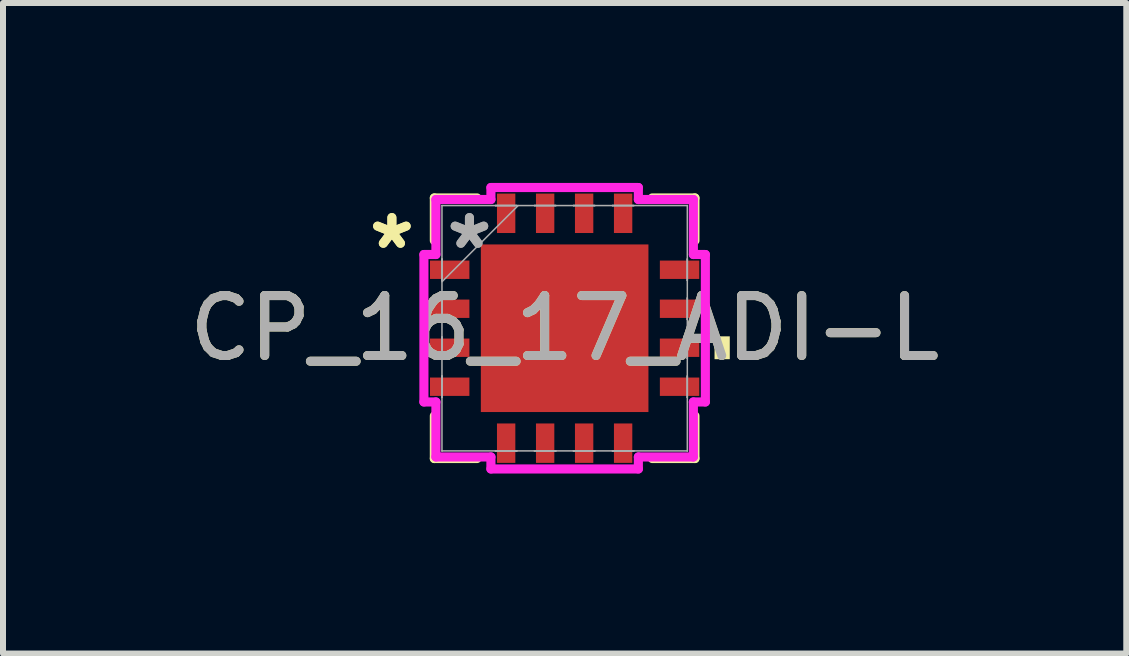
<source format=kicad_pcb>
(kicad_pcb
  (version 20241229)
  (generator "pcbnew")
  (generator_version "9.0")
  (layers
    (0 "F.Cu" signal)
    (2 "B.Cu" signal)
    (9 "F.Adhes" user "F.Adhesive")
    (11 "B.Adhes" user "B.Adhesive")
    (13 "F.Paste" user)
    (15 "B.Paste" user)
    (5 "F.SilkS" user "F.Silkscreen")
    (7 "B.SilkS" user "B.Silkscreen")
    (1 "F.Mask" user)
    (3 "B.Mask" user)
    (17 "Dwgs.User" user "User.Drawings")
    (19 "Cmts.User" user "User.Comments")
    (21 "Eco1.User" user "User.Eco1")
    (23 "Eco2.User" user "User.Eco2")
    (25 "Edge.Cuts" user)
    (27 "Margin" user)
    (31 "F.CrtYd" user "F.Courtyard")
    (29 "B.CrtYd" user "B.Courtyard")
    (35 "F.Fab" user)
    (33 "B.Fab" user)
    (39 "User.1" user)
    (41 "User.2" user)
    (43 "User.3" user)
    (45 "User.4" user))
  (footprint "CP_16_17_ADI-L"
    (layer "F.Cu")
    (at 6.363 2.422)
    (property "Reference" "CP_16_17_ADI-L" (at 0 0 0) (unlocked yes) (layer "F.SilkS") (effects (font (size 1 1) (thickness 0.15))))
    (attr smd)
    (fp_line (start -2.172 -2.172) (end -2.172 -1.461) (stroke (width 0.152) (type solid)) (layer "F.SilkS"))
    (fp_line (start -2.172 1.461) (end -2.172 2.172) (stroke (width 0.152) (type solid)) (layer "F.SilkS"))
    (fp_line (start -2.172 2.172) (end -1.461 2.172) (stroke (width 0.152) (type solid)) (layer "F.SilkS"))
    (fp_line (start -1.461 -2.172) (end -2.172 -2.172) (stroke (width 0.152) (type solid)) (layer "F.SilkS"))
    (fp_line (start 1.461 2.172) (end 2.172 2.172) (stroke (width 0.152) (type solid)) (layer "F.SilkS"))
    (fp_line (start 2.172 -2.172) (end 1.461 -2.172) (stroke (width 0.152) (type solid)) (layer "F.SilkS"))
    (fp_line (start 2.172 -1.461) (end 2.172 -2.172) (stroke (width 0.152) (type solid)) (layer "F.SilkS"))
    (fp_line (start 2.172 2.172) (end 2.172 1.461) (stroke (width 0.152) (type solid)) (layer "F.SilkS"))
    (fp_poly (pts (xy 2.753 0.135) (xy 2.753 0.516) (xy 2.499 0.516) (xy 2.499 0.135)) (stroke (width 0) (type solid)) (fill yes) (layer "F.SilkS"))
    (fp_poly (pts (xy -1.297 -1.297) (xy -1.297 -0.1) (xy -0.1 -0.1) (xy -0.1 -1.297)) (stroke (width 0) (type solid)) (fill yes) (layer "F.Paste"))
    (fp_poly (pts (xy -1.297 0.1) (xy -1.297 1.297) (xy -0.1 1.297) (xy -0.1 0.1)) (stroke (width 0) (type solid)) (fill yes) (layer "F.Paste"))
    (fp_poly (pts (xy 0.1 -1.297) (xy 0.1 -0.1) (xy 1.297 -0.1) (xy 1.297 -1.297)) (stroke (width 0) (type solid)) (fill yes) (layer "F.Paste"))
    (fp_poly (pts (xy 0.1 0.1) (xy 0.1 1.297) (xy 1.297 1.297) (xy 1.297 0.1)) (stroke (width 0) (type solid)) (fill yes) (layer "F.Paste"))
    (fp_line (start -2.346 -1.229) (end -2.146 -1.229) (stroke (width 0.152) (type solid)) (layer "F.CrtYd"))
    (fp_line (start -2.346 1.229) (end -2.346 -1.229) (stroke (width 0.152) (type solid)) (layer "F.CrtYd"))
    (fp_line (start -2.146 -2.146) (end -1.229 -2.146) (stroke (width 0.152) (type solid)) (layer "F.CrtYd"))
    (fp_line (start -2.146 -1.229) (end -2.146 -2.146) (stroke (width 0.152) (type solid)) (layer "F.CrtYd"))
    (fp_line (start -2.146 1.229) (end -2.346 1.229) (stroke (width 0.152) (type solid)) (layer "F.CrtYd"))
    (fp_line (start -2.146 2.146) (end -2.146 1.229) (stroke (width 0.152) (type solid)) (layer "F.CrtYd"))
    (fp_line (start -1.229 -2.346) (end 1.229 -2.346) (stroke (width 0.152) (type solid)) (layer "F.CrtYd"))
    (fp_line (start -1.229 -2.146) (end -1.229 -2.346) (stroke (width 0.152) (type solid)) (layer "F.CrtYd"))
    (fp_line (start -1.229 2.146) (end -2.146 2.146) (stroke (width 0.152) (type solid)) (layer "F.CrtYd"))
    (fp_line (start -1.229 2.346) (end -1.229 2.146) (stroke (width 0.152) (type solid)) (layer "F.CrtYd"))
    (fp_line (start 1.229 -2.346) (end 1.229 -2.146) (stroke (width 0.152) (type solid)) (layer "F.CrtYd"))
    (fp_line (start 1.229 -2.146) (end 2.146 -2.146) (stroke (width 0.152) (type solid)) (layer "F.CrtYd"))
    (fp_line (start 1.229 2.146) (end 1.229 2.346) (stroke (width 0.152) (type solid)) (layer "F.CrtYd"))
    (fp_line (start 1.229 2.346) (end -1.229 2.346) (stroke (width 0.152) (type solid)) (layer "F.CrtYd"))
    (fp_line (start 2.146 -2.146) (end 2.146 -1.229) (stroke (width 0.152) (type solid)) (layer "F.CrtYd"))
    (fp_line (start 2.146 -1.229) (end 2.346 -1.229) (stroke (width 0.152) (type solid)) (layer "F.CrtYd"))
    (fp_line (start 2.146 1.229) (end 2.146 2.146) (stroke (width 0.152) (type solid)) (layer "F.CrtYd"))
    (fp_line (start 2.146 2.146) (end 1.229 2.146) (stroke (width 0.152) (type solid)) (layer "F.CrtYd"))
    (fp_line (start 2.346 -1.229) (end 2.346 1.229) (stroke (width 0.152) (type solid)) (layer "F.CrtYd"))
    (fp_line (start 2.346 1.229) (end 2.146 1.229) (stroke (width 0.152) (type solid)) (layer "F.CrtYd"))
    (fp_line (start -2.045 -2.045) (end -2.045 -2.045) (stroke (width 0.025) (type solid)) (layer "F.Fab"))
    (fp_line (start -2.045 -2.045) (end -2.045 2.045) (stroke (width 0.025) (type solid)) (layer "F.Fab"))
    (fp_line (start -2.045 -1.153) (end -2.045 -1.153) (stroke (width 0.025) (type solid)) (layer "F.Fab"))
    (fp_line (start -2.045 -1.153) (end -2.045 -0.797) (stroke (width 0.025) (type solid)) (layer "F.Fab"))
    (fp_line (start -2.045 -0.797) (end -2.045 -1.153) (stroke (width 0.025) (type solid)) (layer "F.Fab"))
    (fp_line (start -2.045 -0.797) (end -2.045 -0.797) (stroke (width 0.025) (type solid)) (layer "F.Fab"))
    (fp_line (start -2.045 -0.775) (end -0.775 -2.045) (stroke (width 0.025) (type solid)) (layer "F.Fab"))
    (fp_line (start -2.045 -0.503) (end -2.045 -0.503) (stroke (width 0.025) (type solid)) (layer "F.Fab"))
    (fp_line (start -2.045 -0.503) (end -2.045 -0.147) (stroke (width 0.025) (type solid)) (layer "F.Fab"))
    (fp_line (start -2.045 -0.147) (end -2.045 -0.503) (stroke (width 0.025) (type solid)) (layer "F.Fab"))
    (fp_line (start -2.045 -0.147) (end -2.045 -0.147) (stroke (width 0.025) (type solid)) (layer "F.Fab"))
    (fp_line (start -2.045 0.147) (end -2.045 0.147) (stroke (width 0.025) (type solid)) (layer "F.Fab"))
    (fp_line (start -2.045 0.147) (end -2.045 0.503) (stroke (width 0.025) (type solid)) (layer "F.Fab"))
    (fp_line (start -2.045 0.503) (end -2.045 0.147) (stroke (width 0.025) (type solid)) (layer "F.Fab"))
    (fp_line (start -2.045 0.503) (end -2.045 0.503) (stroke (width 0.025) (type solid)) (layer "F.Fab"))
    (fp_line (start -2.045 0.797) (end -2.045 0.797) (stroke (width 0.025) (type solid)) (layer "F.Fab"))
    (fp_line (start -2.045 0.797) (end -2.045 1.153) (stroke (width 0.025) (type solid)) (layer "F.Fab"))
    (fp_line (start -2.045 1.153) (end -2.045 0.797) (stroke (width 0.025) (type solid)) (layer "F.Fab"))
    (fp_line (start -2.045 1.153) (end -2.045 1.153) (stroke (width 0.025) (type solid)) (layer "F.Fab"))
    (fp_line (start -2.045 2.045) (end -2.045 2.045) (stroke (width 0.025) (type solid)) (layer "F.Fab"))
    (fp_line (start -2.045 2.045) (end 2.045 2.045) (stroke (width 0.025) (type solid)) (layer "F.Fab"))
    (fp_line (start -1.153 -2.045) (end -1.153 -2.045) (stroke (width 0.025) (type solid)) (layer "F.Fab"))
    (fp_line (start -1.153 -2.045) (end -0.797 -2.045) (stroke (width 0.025) (type solid)) (layer "F.Fab"))
    (fp_line (start -1.153 2.045) (end -1.153 2.045) (stroke (width 0.025) (type solid)) (layer "F.Fab"))
    (fp_line (start -1.153 2.045) (end -0.797 2.045) (stroke (width 0.025) (type solid)) (layer "F.Fab"))
    (fp_line (start -0.797 -2.045) (end -1.153 -2.045) (stroke (width 0.025) (type solid)) (layer "F.Fab"))
    (fp_line (start -0.797 -2.045) (end -0.797 -2.045) (stroke (width 0.025) (type solid)) (layer "F.Fab"))
    (fp_line (start -0.797 2.045) (end -1.153 2.045) (stroke (width 0.025) (type solid)) (layer "F.Fab"))
    (fp_line (start -0.797 2.045) (end -0.797 2.045) (stroke (width 0.025) (type solid)) (layer "F.Fab"))
    (fp_line (start -0.503 -2.045) (end -0.503 -2.045) (stroke (width 0.025) (type solid)) (layer "F.Fab"))
    (fp_line (start -0.503 -2.045) (end -0.147 -2.045) (stroke (width 0.025) (type solid)) (layer "F.Fab"))
    (fp_line (start -0.503 2.045) (end -0.503 2.045) (stroke (width 0.025) (type solid)) (layer "F.Fab"))
    (fp_line (start -0.503 2.045) (end -0.147 2.045) (stroke (width 0.025) (type solid)) (layer "F.Fab"))
    (fp_line (start -0.147 -2.045) (end -0.503 -2.045) (stroke (width 0.025) (type solid)) (layer "F.Fab"))
    (fp_line (start -0.147 -2.045) (end -0.147 -2.045) (stroke (width 0.025) (type solid)) (layer "F.Fab"))
    (fp_line (start -0.147 2.045) (end -0.503 2.045) (stroke (width 0.025) (type solid)) (layer "F.Fab"))
    (fp_line (start -0.147 2.045) (end -0.147 2.045) (stroke (width 0.025) (type solid)) (layer "F.Fab"))
    (fp_line (start 0.147 -2.045) (end 0.147 -2.045) (stroke (width 0.025) (type solid)) (layer "F.Fab"))
    (fp_line (start 0.147 -2.045) (end 0.503 -2.045) (stroke (width 0.025) (type solid)) (layer "F.Fab"))
    (fp_line (start 0.147 2.045) (end 0.147 2.045) (stroke (width 0.025) (type solid)) (layer "F.Fab"))
    (fp_line (start 0.147 2.045) (end 0.503 2.045) (stroke (width 0.025) (type solid)) (layer "F.Fab"))
    (fp_line (start 0.503 -2.045) (end 0.147 -2.045) (stroke (width 0.025) (type solid)) (layer "F.Fab"))
    (fp_line (start 0.503 -2.045) (end 0.503 -2.045) (stroke (width 0.025) (type solid)) (layer "F.Fab"))
    (fp_line (start 0.503 2.045) (end 0.147 2.045) (stroke (width 0.025) (type solid)) (layer "F.Fab"))
    (fp_line (start 0.503 2.045) (end 0.503 2.045) (stroke (width 0.025) (type solid)) (layer "F.Fab"))
    (fp_line (start 0.797 -2.045) (end 0.797 -2.045) (stroke (width 0.025) (type solid)) (layer "F.Fab"))
    (fp_line (start 0.797 -2.045) (end 1.153 -2.045) (stroke (width 0.025) (type solid)) (layer "F.Fab"))
    (fp_line (start 0.797 2.045) (end 0.797 2.045) (stroke (width 0.025) (type solid)) (layer "F.Fab"))
    (fp_line (start 0.797 2.045) (end 1.153 2.045) (stroke (width 0.025) (type solid)) (layer "F.Fab"))
    (fp_line (start 1.153 -2.045) (end 0.797 -2.045) (stroke (width 0.025) (type solid)) (layer "F.Fab"))
    (fp_line (start 1.153 -2.045) (end 1.153 -2.045) (stroke (width 0.025) (type solid)) (layer "F.Fab"))
    (fp_line (start 1.153 2.045) (end 0.797 2.045) (stroke (width 0.025) (type solid)) (layer "F.Fab"))
    (fp_line (start 1.153 2.045) (end 1.153 2.045) (stroke (width 0.025) (type solid)) (layer "F.Fab"))
    (fp_line (start 2.045 -2.045) (end -2.045 -2.045) (stroke (width 0.025) (type solid)) (layer "F.Fab"))
    (fp_line (start 2.045 -2.045) (end 2.045 -2.045) (stroke (width 0.025) (type solid)) (layer "F.Fab"))
    (fp_line (start 2.045 -1.153) (end 2.045 -1.153) (stroke (width 0.025) (type solid)) (layer "F.Fab"))
    (fp_line (start 2.045 -1.153) (end 2.045 -0.797) (stroke (width 0.025) (type solid)) (layer "F.Fab"))
    (fp_line (start 2.045 -0.797) (end 2.045 -1.153) (stroke (width 0.025) (type solid)) (layer "F.Fab"))
    (fp_line (start 2.045 -0.797) (end 2.045 -0.797) (stroke (width 0.025) (type solid)) (layer "F.Fab"))
    (fp_line (start 2.045 -0.503) (end 2.045 -0.503) (stroke (width 0.025) (type solid)) (layer "F.Fab"))
    (fp_line (start 2.045 -0.503) (end 2.045 -0.147) (stroke (width 0.025) (type solid)) (layer "F.Fab"))
    (fp_line (start 2.045 -0.147) (end 2.045 -0.503) (stroke (width 0.025) (type solid)) (layer "F.Fab"))
    (fp_line (start 2.045 -0.147) (end 2.045 -0.147) (stroke (width 0.025) (type solid)) (layer "F.Fab"))
    (fp_line (start 2.045 0.147) (end 2.045 0.147) (stroke (width 0.025) (type solid)) (layer "F.Fab"))
    (fp_line (start 2.045 0.147) (end 2.045 0.503) (stroke (width 0.025) (type solid)) (layer "F.Fab"))
    (fp_line (start 2.045 0.503) (end 2.045 0.147) (stroke (width 0.025) (type solid)) (layer "F.Fab"))
    (fp_line (start 2.045 0.503) (end 2.045 0.503) (stroke (width 0.025) (type solid)) (layer "F.Fab"))
    (fp_line (start 2.045 0.797) (end 2.045 0.797) (stroke (width 0.025) (type solid)) (layer "F.Fab"))
    (fp_line (start 2.045 0.797) (end 2.045 1.153) (stroke (width 0.025) (type solid)) (layer "F.Fab"))
    (fp_line (start 2.045 1.153) (end 2.045 0.797) (stroke (width 0.025) (type solid)) (layer "F.Fab"))
    (fp_line (start 2.045 1.153) (end 2.045 1.153) (stroke (width 0.025) (type solid)) (layer "F.Fab"))
    (fp_line (start 2.045 2.045) (end 2.045 -2.045) (stroke (width 0.025) (type solid)) (layer "F.Fab"))
    (fp_line (start 2.045 2.045) (end 2.045 2.045) (stroke (width 0.025) (type solid)) (layer "F.Fab"))
    (fp_text user "*" (at -2.88 -1.3 0) (unlocked yes) (layer "F.SilkS") (effects (font (size 1 1) (thickness 0.15))))
    (fp_text user "*" (at -2.88 -1.3 0) (layer "F.SilkS") (effects (font (size 1 1) (thickness 0.15))))
    (fp_text user "${REFERENCE}" (at 0 0 0) (unlocked yes) (layer "F.Fab") (effects (font (size 1 1) (thickness 0.15))))
    (fp_text user "*" (at -1.587 -1.3 0) (layer "F.Fab") (effects (font (size 1 1) (thickness 0.15))))
    (fp_text user "*" (at -1.587 -1.3 0) (unlocked yes) (layer "F.Fab") (effects (font (size 1 1) (thickness 0.15))))
    (pad "1" smd rect (at -1.916 -0.975 90) (size 0.306 0.657) (layers "F.Cu" "F.Mask" "F.Paste"))
    (pad "2" smd rect (at -1.916 -0.325 90) (size 0.306 0.657) (layers "F.Cu" "F.Mask" "F.Paste"))
    (pad "3" smd rect (at -1.916 0.325 90) (size 0.306 0.657) (layers "F.Cu" "F.Mask" "F.Paste"))
    (pad "4" smd rect (at -1.916 0.975 90) (size 0.306 0.657) (layers "F.Cu" "F.Mask" "F.Paste"))
    (pad "5" smd rect (at -0.975 1.916) (size 0.306 0.657) (layers "F.Cu" "F.Mask" "F.Paste"))
    (pad "6" smd rect (at -0.325 1.916) (size 0.306 0.657) (layers "F.Cu" "F.Mask" "F.Paste"))
    (pad "7" smd rect (at 0.325 1.916) (size 0.306 0.657) (layers "F.Cu" "F.Mask" "F.Paste"))
    (pad "8" smd rect (at 0.975 1.916) (size 0.306 0.657) (layers "F.Cu" "F.Mask" "F.Paste"))
    (pad "9" smd rect (at 1.916 0.975 90) (size 0.306 0.657) (layers "F.Cu" "F.Mask" "F.Paste"))
    (pad "10" smd rect (at 1.916 0.325 90) (size 0.306 0.657) (layers "F.Cu" "F.Mask" "F.Paste"))
    (pad "11" smd rect (at 1.916 -0.325 90) (size 0.306 0.657) (layers "F.Cu" "F.Mask" "F.Paste"))
    (pad "12" smd rect (at 1.916 -0.975 90) (size 0.306 0.657) (layers "F.Cu" "F.Mask" "F.Paste"))
    (pad "13" smd rect (at 0.975 -1.916) (size 0.306 0.657) (layers "F.Cu" "F.Mask" "F.Paste"))
    (pad "14" smd rect (at 0.325 -1.916) (size 0.306 0.657) (layers "F.Cu" "F.Mask" "F.Paste"))
    (pad "15" smd rect (at -0.325 -1.916) (size 0.306 0.657) (layers "F.Cu" "F.Mask" "F.Paste"))
    (pad "16" smd rect (at -0.975 -1.916) (size 0.306 0.657) (layers "F.Cu" "F.Mask" "F.Paste"))
    (pad "17" smd rect (at 0 0) (size 2.794 2.794) (layers "F.Cu" "F.Mask" "F.Paste")))
  (gr_rect
    (start -3 -3)
    (end 15.726 7.845)
    (stroke (width 0.1) (type default))
    (fill no)
    (layer "Edge.Cuts")))
</source>
